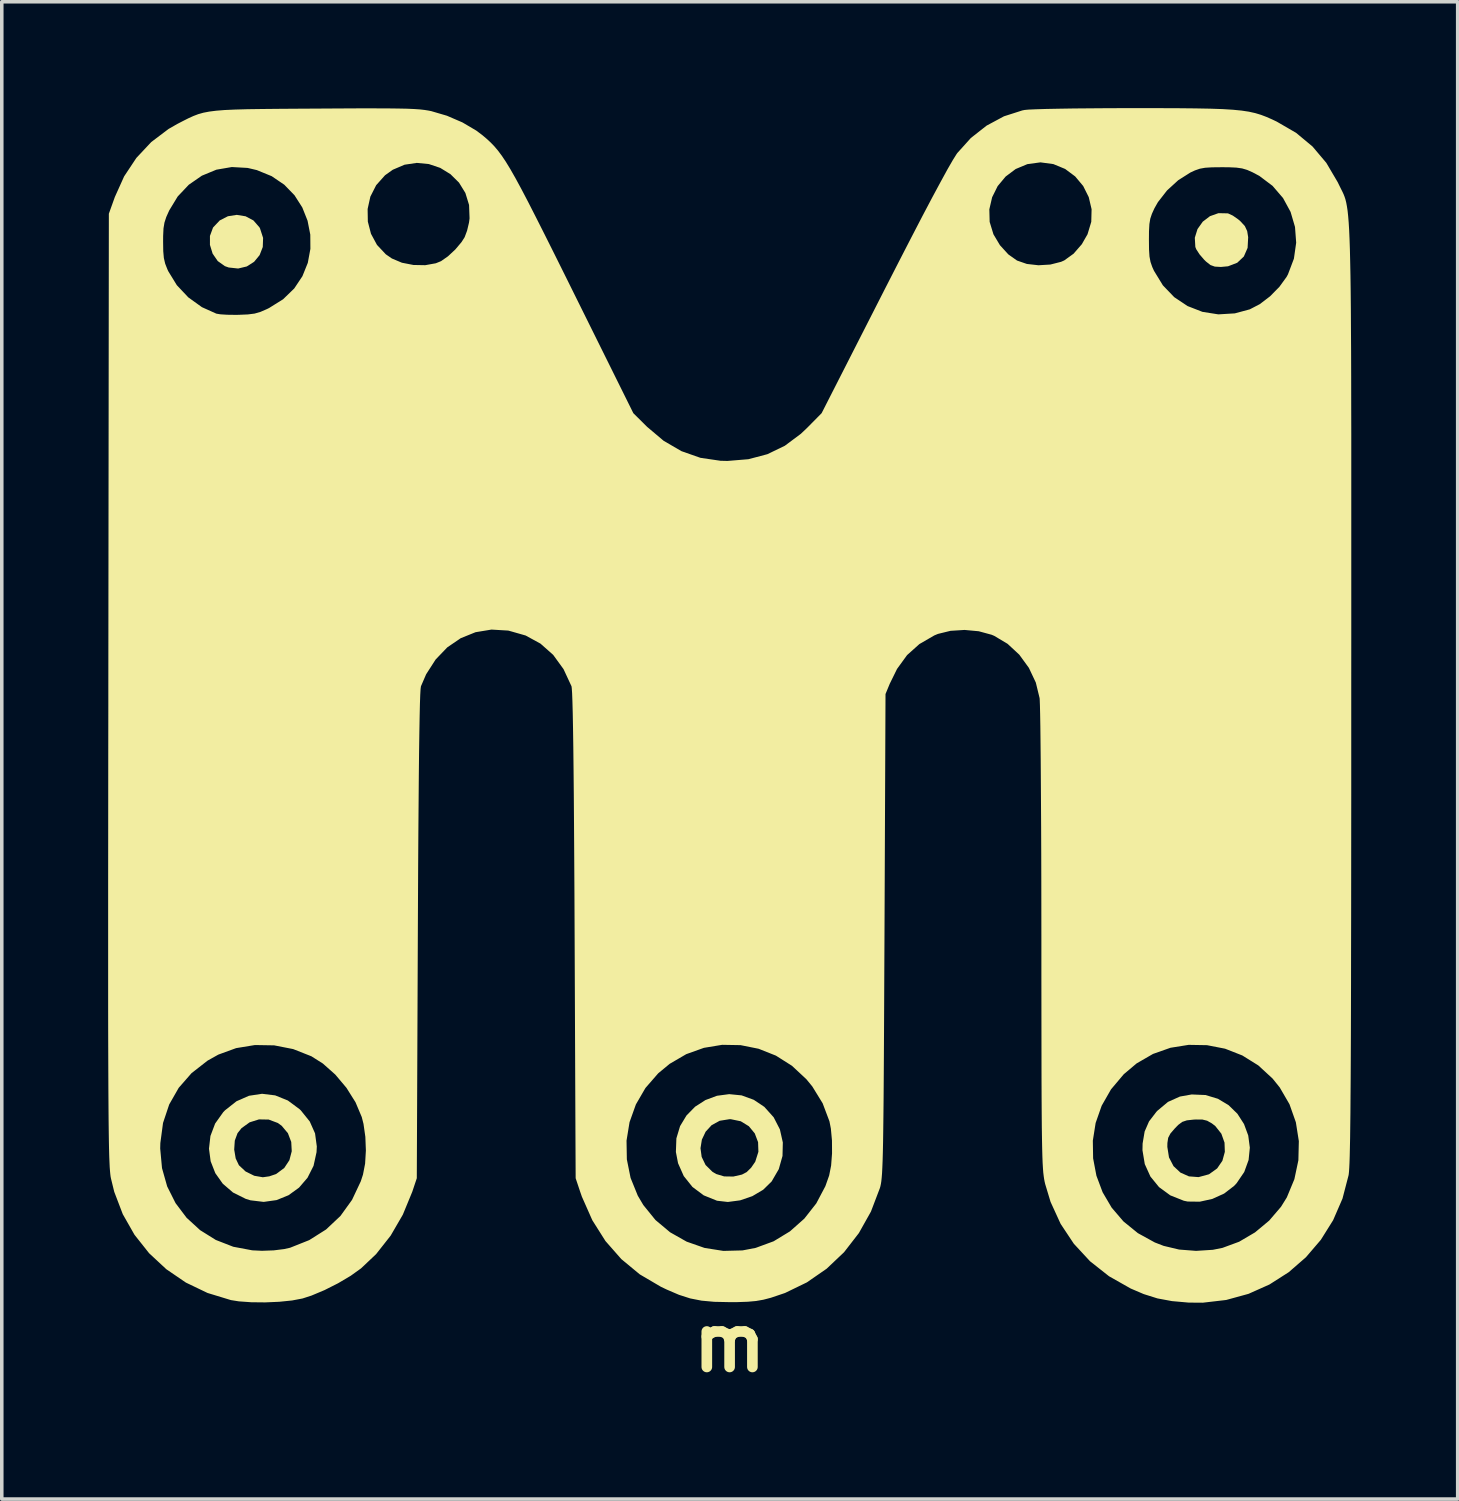
<source format=kicad_pcb>
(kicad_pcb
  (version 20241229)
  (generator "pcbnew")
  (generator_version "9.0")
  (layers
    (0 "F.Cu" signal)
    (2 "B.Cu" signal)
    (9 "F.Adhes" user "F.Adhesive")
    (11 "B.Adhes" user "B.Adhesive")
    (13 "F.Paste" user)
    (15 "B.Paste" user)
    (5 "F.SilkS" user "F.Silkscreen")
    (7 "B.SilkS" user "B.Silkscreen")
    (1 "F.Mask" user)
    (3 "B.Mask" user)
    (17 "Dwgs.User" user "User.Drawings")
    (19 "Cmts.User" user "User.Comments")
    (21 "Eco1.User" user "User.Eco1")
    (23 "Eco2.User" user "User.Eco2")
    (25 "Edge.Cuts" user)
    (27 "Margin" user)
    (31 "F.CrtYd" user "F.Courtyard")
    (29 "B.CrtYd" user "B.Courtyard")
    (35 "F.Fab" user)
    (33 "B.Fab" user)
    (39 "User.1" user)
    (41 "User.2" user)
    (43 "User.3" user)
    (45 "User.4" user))
  (footprint "m"
    (layer "F.Cu")
    (at 17.527 16.824)
    (property "Reference" "m" (at 0 18 0) (layer "F.SilkS") (effects (font (size 1.5 1.5) (thickness 0.3))))
    (attr board_only exclude_from_pos_files exclude_from_bom)
    (fp_poly (pts (xy -13.651 -13.774) (xy -13.431 -13.658) (xy -13.261 -13.464) (xy -13.243 -13.43) (xy -13.157 -13.164) (xy -13.166 -12.908) (xy -13.255 -12.679) (xy -13.41 -12.491) (xy -13.617 -12.359) (xy -13.861 -12.301) (xy -14.127 -12.33) (xy -14.235 -12.368) (xy -14.436 -12.511) (xy -14.58 -12.72) (xy -14.656 -12.967) (xy -14.656 -13.22) (xy -14.571 -13.451) (xy -14.565 -13.461) (xy -14.38 -13.657) (xy -14.15 -13.775) (xy -13.899 -13.814)) (stroke (width 0) (type solid)) (fill yes) (layer "F.SilkS"))
    (fp_poly (pts (xy 14.044 -13.857) (xy 14.068 -13.851) (xy 14.193 -13.793) (xy 14.343 -13.688) (xy 14.403 -13.637) (xy 14.531 -13.499) (xy 14.597 -13.357) (xy 14.625 -13.184) (xy 14.609 -12.883) (xy 14.503 -12.64) (xy 14.317 -12.464) (xy 14.058 -12.364) (xy 13.854 -12.345) (xy 13.684 -12.355) (xy 13.561 -12.399) (xy 13.436 -12.498) (xy 13.38 -12.553) (xy 13.253 -12.701) (xy 13.16 -12.845) (xy 13.135 -12.909) (xy 13.12 -13.169) (xy 13.196 -13.413) (xy 13.344 -13.622) (xy 13.547 -13.777) (xy 13.786 -13.862)) (stroke (width 0) (type solid)) (fill yes) (layer "F.SilkS"))
    (fp_poly (pts (xy -12.816 11.019) (xy -12.459 11.163) (xy -12.13 11.407) (xy -12.094 11.441) (xy -11.841 11.755) (xy -11.692 12.09) (xy -11.642 12.459) (xy -11.65 12.622) (xy -11.734 13.005) (xy -11.904 13.342) (xy -12.144 13.621) (xy -12.44 13.835) (xy -12.777 13.972) (xy -13.14 14.023) (xy -13.514 13.978) (xy -13.645 13.938) (xy -14.006 13.758) (xy -14.294 13.51) (xy -14.505 13.212) (xy -14.636 12.877) (xy -14.68 12.547) (xy -13.972 12.547) (xy -13.93 12.797) (xy -13.839 12.989) (xy -13.651 13.165) (xy -13.406 13.286) (xy -13.164 13.328) (xy -12.982 13.302) (xy -12.796 13.239) (xy -12.783 13.232) (xy -12.56 13.066) (xy -12.415 12.846) (xy -12.349 12.594) (xy -12.363 12.333) (xy -12.457 12.086) (xy -12.633 11.876) (xy -12.74 11.798) (xy -12.999 11.701) (xy -13.273 11.696) (xy -13.537 11.779) (xy -13.765 11.943) (xy -13.878 12.085) (xy -13.955 12.294) (xy -13.972 12.547) (xy -14.68 12.547) (xy -14.683 12.522) (xy -14.642 12.163) (xy -14.51 11.814) (xy -14.282 11.493) (xy -14.231 11.44) (xy -13.908 11.185) (xy -13.555 11.03) (xy -13.186 10.974)) (stroke (width 0) (type solid)) (fill yes) (layer "F.SilkS"))
    (fp_poly (pts (xy 0.339 11.019) (xy 0.682 11.144) (xy 0.979 11.343) (xy 1.243 11.637) (xy 1.418 11.978) (xy 1.501 12.347) (xy 1.492 12.727) (xy 1.387 13.099) (xy 1.185 13.447) (xy 1.185 13.447) (xy 0.947 13.68) (xy 0.641 13.861) (xy 0.298 13.979) (xy -0.05 14.025) (xy -0.355 13.99) (xy -0.731 13.838) (xy -1.048 13.601) (xy -1.293 13.295) (xy -1.454 12.932) (xy -1.515 12.615) (xy -1.511 12.509) (xy -0.821 12.509) (xy -0.788 12.754) (xy -0.678 12.982) (xy -0.486 13.172) (xy -0.381 13.236) (xy -0.154 13.304) (xy 0.105 13.308) (xy 0.349 13.252) (xy 0.482 13.182) (xy 0.608 13.057) (xy 0.717 12.899) (xy 0.724 12.887) (xy 0.812 12.61) (xy 0.803 12.339) (xy 0.71 12.092) (xy 0.543 11.889) (xy 0.315 11.749) (xy 0.035 11.691) (xy 0 11.69) (xy -0.28 11.735) (xy -0.507 11.859) (xy -0.676 12.043) (xy -0.782 12.266) (xy -0.821 12.509) (xy -1.511 12.509) (xy -1.501 12.231) (xy -1.397 11.886) (xy -1.216 11.586) (xy -0.973 11.338) (xy -0.682 11.151) (xy -0.357 11.03) (xy -0.012 10.984)) (stroke (width 0) (type solid)) (fill yes) (layer "F.SilkS"))
    (fp_poly (pts (xy 13.423 11.009) (xy 13.773 11.115) (xy 14.074 11.296) (xy 14.322 11.538) (xy 14.508 11.828) (xy 14.627 12.151) (xy 14.672 12.494) (xy 14.637 12.841) (xy 14.514 13.18) (xy 14.299 13.496) (xy 14.228 13.572) (xy 13.947 13.788) (xy 13.614 13.939) (xy 13.261 14.017) (xy 12.919 14.013) (xy 12.809 13.99) (xy 12.428 13.838) (xy 12.111 13.606) (xy 11.868 13.308) (xy 11.709 12.957) (xy 11.644 12.567) (xy 11.646 12.471) (xy 12.345 12.471) (xy 12.392 12.769) (xy 12.52 13.015) (xy 12.714 13.196) (xy 12.954 13.303) (xy 13.226 13.324) (xy 13.51 13.247) (xy 13.526 13.24) (xy 13.75 13.079) (xy 13.898 12.863) (xy 13.967 12.612) (xy 13.958 12.351) (xy 13.869 12.1) (xy 13.698 11.884) (xy 13.601 11.809) (xy 13.467 11.733) (xy 13.332 11.7) (xy 13.147 11.699) (xy 13.088 11.702) (xy 12.896 11.723) (xy 12.767 11.766) (xy 12.652 11.852) (xy 12.556 11.951) (xy 12.432 12.095) (xy 12.369 12.215) (xy 12.347 12.361) (xy 12.345 12.471) (xy 11.646 12.471) (xy 11.648 12.376) (xy 11.705 12.038) (xy 11.829 11.753) (xy 12.037 11.482) (xy 12.064 11.453) (xy 12.363 11.203) (xy 12.7 11.052) (xy 13.032 10.993)) (stroke (width 0) (type solid)) (fill yes) (layer "F.SilkS"))
    (fp_poly (pts (xy 12.056 -16.824) (xy 12.641 -16.822) (xy 13.137 -16.817) (xy 13.555 -16.809) (xy 13.904 -16.797) (xy 14.196 -16.779) (xy 14.44 -16.755) (xy 14.646 -16.724) (xy 14.825 -16.684) (xy 14.987 -16.635) (xy 15.142 -16.576) (xy 15.301 -16.506) (xy 15.431 -16.444) (xy 15.976 -16.128) (xy 16.439 -15.743) (xy 16.829 -15.281) (xy 17.15 -14.736) (xy 17.184 -14.666) (xy 17.221 -14.591) (xy 17.255 -14.523) (xy 17.287 -14.459) (xy 17.316 -14.396) (xy 17.343 -14.328) (xy 17.368 -14.251) (xy 17.39 -14.162) (xy 17.41 -14.056) (xy 17.429 -13.929) (xy 17.445 -13.778) (xy 17.46 -13.596) (xy 17.473 -13.382) (xy 17.484 -13.129) (xy 17.494 -12.835) (xy 17.502 -12.495) (xy 17.51 -12.105) (xy 17.516 -11.661) (xy 17.521 -11.158) (xy 17.524 -10.592) (xy 17.528 -9.96) (xy 17.53 -9.257) (xy 17.531 -8.479) (xy 17.533 -7.621) (xy 17.533 -6.68) (xy 17.533 -5.651) (xy 17.533 -4.531) (xy 17.533 -3.315) (xy 17.533 -1.998) (xy 17.532 -0.578) (xy 17.532 -0.289) (xy 17.532 1.166) (xy 17.532 2.516) (xy 17.531 3.764) (xy 17.53 4.915) (xy 17.529 5.972) (xy 17.527 6.938) (xy 17.526 7.819) (xy 17.524 8.617) (xy 17.522 9.337) (xy 17.519 9.981) (xy 17.516 10.555) (xy 17.512 11.063) (xy 17.509 11.506) (xy 17.504 11.891) (xy 17.5 12.22) (xy 17.494 12.497) (xy 17.489 12.727) (xy 17.483 12.913) (xy 17.476 13.058) (xy 17.469 13.167) (xy 17.461 13.244) (xy 17.456 13.274) (xy 17.285 13.93) (xy 17.021 14.539) (xy 16.675 15.092) (xy 16.254 15.584) (xy 15.768 16.006) (xy 15.226 16.352) (xy 14.635 16.616) (xy 14.005 16.789) (xy 13.345 16.866) (xy 12.948 16.863) (xy 12.476 16.821) (xy 12.067 16.745) (xy 11.679 16.623) (xy 11.312 16.466) (xy 10.701 16.12) (xy 10.165 15.697) (xy 9.708 15.203) (xy 9.336 14.643) (xy 9.052 14.023) (xy 8.9 13.519) (xy 8.884 13.45) (xy 8.87 13.376) (xy 8.858 13.292) (xy 8.846 13.193) (xy 8.837 13.07) (xy 8.828 12.919) (xy 8.821 12.733) (xy 8.815 12.506) (xy 8.811 12.296) (xy 10.244 12.296) (xy 10.252 12.795) (xy 10.345 13.284) (xy 10.52 13.751) (xy 10.775 14.185) (xy 11.107 14.573) (xy 11.514 14.904) (xy 11.992 15.167) (xy 12.241 15.263) (xy 12.677 15.367) (xy 13.155 15.404) (xy 13.629 15.374) (xy 13.899 15.32) (xy 14.371 15.146) (xy 14.818 14.883) (xy 15.219 14.549) (xy 15.551 14.161) (xy 15.715 13.897) (xy 15.928 13.383) (xy 16.041 12.849) (xy 16.054 12.309) (xy 15.97 11.777) (xy 15.79 11.268) (xy 15.515 10.795) (xy 15.313 10.544) (xy 14.911 10.174) (xy 14.46 9.893) (xy 13.973 9.702) (xy 13.464 9.603) (xy 12.947 9.594) (xy 12.434 9.676) (xy 11.941 9.85) (xy 11.479 10.117) (xy 11.116 10.423) (xy 10.757 10.849) (xy 10.493 11.311) (xy 10.323 11.797) (xy 10.244 12.296) (xy 8.811 12.296) (xy 8.81 12.232) (xy 8.805 11.904) (xy 8.802 11.516) (xy 8.799 11.063) (xy 8.797 10.537) (xy 8.796 9.933) (xy 8.795 9.244) (xy 8.794 8.465) (xy 8.793 7.588) (xy 8.793 6.637) (xy 8.792 5.799) (xy 8.791 4.987) (xy 8.789 4.207) (xy 8.786 3.467) (xy 8.782 2.774) (xy 8.778 2.136) (xy 8.774 1.56) (xy 8.769 1.053) (xy 8.764 0.622) (xy 8.758 0.274) (xy 8.752 0.017) (xy 8.746 -0.141) (xy 8.743 -0.184) (xy 8.636 -0.624) (xy 8.44 -1.039) (xy 8.17 -1.41) (xy 7.84 -1.716) (xy 7.465 -1.94) (xy 7.39 -1.972) (xy 7.026 -2.071) (xy 6.627 -2.108) (xy 6.231 -2.083) (xy 5.876 -1.996) (xy 5.775 -1.954) (xy 5.352 -1.709) (xy 5.005 -1.398) (xy 4.722 -1.008) (xy 4.516 -0.589) (xy 4.397 -0.3) (xy 4.368 6.5) (xy 4.363 7.507) (xy 4.359 8.41) (xy 4.355 9.216) (xy 4.351 9.931) (xy 4.347 10.56) (xy 4.343 11.109) (xy 4.338 11.584) (xy 4.333 11.992) (xy 4.328 12.337) (xy 4.322 12.626) (xy 4.315 12.866) (xy 4.307 13.061) (xy 4.299 13.217) (xy 4.289 13.341) (xy 4.279 13.439) (xy 4.267 13.516) (xy 4.254 13.578) (xy 4.24 13.629) (xy 3.986 14.296) (xy 3.646 14.902) (xy 3.228 15.442) (xy 2.736 15.908) (xy 2.179 16.293) (xy 1.563 16.592) (xy 1.163 16.727) (xy 0.951 16.782) (xy 0.745 16.818) (xy 0.513 16.839) (xy 0.224 16.849) (xy 0 16.85) (xy -0.433 16.841) (xy -0.792 16.808) (xy -1.112 16.745) (xy -1.429 16.643) (xy -1.776 16.494) (xy -1.939 16.416) (xy -2.533 16.067) (xy -3.054 15.636) (xy -3.501 15.127) (xy -3.872 14.54) (xy -4.166 13.876) (xy -4.214 13.738) (xy -4.342 13.355) (xy -4.347 12.295) (xy -2.907 12.295) (xy -2.898 12.824) (xy -2.793 13.346) (xy -2.59 13.847) (xy -2.434 14.111) (xy -2.091 14.534) (xy -1.678 14.88) (xy -1.212 15.144) (xy -0.707 15.321) (xy -0.176 15.405) (xy 0.364 15.391) (xy 0.735 15.32) (xy 1.241 15.134) (xy 1.702 14.854) (xy 2.107 14.495) (xy 2.444 14.066) (xy 2.701 13.58) (xy 2.808 13.277) (xy 2.863 12.997) (xy 2.889 12.655) (xy 2.887 12.293) (xy 2.856 11.956) (xy 2.816 11.751) (xy 2.624 11.242) (xy 2.332 10.767) (xy 2.164 10.562) (xy 1.759 10.185) (xy 1.306 9.898) (xy 0.818 9.704) (xy 0.309 9.602) (xy -0.21 9.593) (xy -0.724 9.678) (xy -1.222 9.856) (xy -1.69 10.129) (xy -2.014 10.397) (xy -2.374 10.811) (xy -2.643 11.274) (xy -2.822 11.774) (xy -2.907 12.295) (xy -4.347 12.295) (xy -4.371 6.5) (xy -4.376 5.353) (xy -4.382 4.312) (xy -4.388 3.378) (xy -4.394 2.549) (xy -4.401 1.822) (xy -4.408 1.196) (xy -4.416 0.67) (xy -4.424 0.242) (xy -4.433 -0.09) (xy -4.442 -0.327) (xy -4.452 -0.471) (xy -4.459 -0.519) (xy -4.684 -1.003) (xy -4.976 -1.405) (xy -5.334 -1.722) (xy -5.753 -1.951) (xy -6.23 -2.087) (xy -6.246 -2.09) (xy -6.715 -2.118) (xy -7.165 -2.044) (xy -7.584 -1.875) (xy -7.963 -1.616) (xy -8.291 -1.274) (xy -8.559 -0.857) (xy -8.705 -0.519) (xy -8.715 -0.445) (xy -8.725 -0.279) (xy -8.734 -0.02) (xy -8.742 0.335) (xy -8.75 0.787) (xy -8.758 1.336) (xy -8.765 1.986) (xy -8.771 2.737) (xy -8.778 3.591) (xy -8.784 4.551) (xy -8.789 5.616) (xy -8.793 6.5) (xy -8.822 13.355) (xy -8.95 13.738) (xy -9.216 14.383) (xy -9.559 14.974) (xy -9.97 15.496) (xy -10.394 15.897) (xy -10.685 16.106) (xy -11.041 16.317) (xy -11.423 16.51) (xy -11.792 16.665) (xy -12.045 16.747) (xy -12.339 16.803) (xy -12.702 16.84) (xy -13.099 16.857) (xy -13.491 16.853) (xy -13.842 16.828) (xy -14.066 16.792) (xy -14.725 16.591) (xy -15.335 16.298) (xy -15.886 15.922) (xy -16.372 15.47) (xy -16.784 14.95) (xy -17.114 14.37) (xy -17.355 13.739) (xy -17.449 13.355) (xy -17.459 13.301) (xy -17.467 13.234) (xy -17.475 13.148) (xy -17.483 13.041) (xy -17.489 12.908) (xy -17.496 12.745) (xy -17.501 12.548) (xy -17.502 12.517) (xy -16.059 12.517) (xy -16.008 13.07) (xy -15.862 13.587) (xy -15.627 14.056) (xy -15.315 14.47) (xy -14.933 14.82) (xy -14.491 15.096) (xy -13.998 15.288) (xy -13.462 15.389) (xy -13.188 15.402) (xy -12.857 15.39) (xy -12.56 15.353) (xy -12.396 15.316) (xy -11.856 15.101) (xy -11.381 14.801) (xy -10.976 14.42) (xy -10.648 13.965) (xy -10.402 13.443) (xy -10.34 13.253) (xy -10.28 12.944) (xy -10.258 12.575) (xy -10.273 12.188) (xy -10.325 11.824) (xy -10.374 11.631) (xy -10.55 11.214) (xy -10.806 10.806) (xy -11.12 10.433) (xy -11.471 10.121) (xy -11.795 9.916) (xy -12.309 9.713) (xy -12.845 9.608) (xy -13.386 9.599) (xy -13.917 9.686) (xy -14.419 9.869) (xy -14.723 10.039) (xy -15.175 10.392) (xy -15.537 10.806) (xy -15.805 11.275) (xy -15.979 11.796) (xy -16.055 12.364) (xy -16.059 12.517) (xy -17.502 12.517) (xy -17.506 12.313) (xy -17.51 12.036) (xy -17.514 11.712) (xy -17.517 11.338) (xy -17.52 10.909) (xy -17.522 10.421) (xy -17.524 9.871) (xy -17.526 9.253) (xy -17.527 8.565) (xy -17.527 7.802) (xy -17.527 6.959) (xy -17.527 6.033) (xy -17.527 5.02) (xy -17.526 3.915) (xy -17.525 2.715) (xy -17.524 1.415) (xy -17.522 0.011) (xy -17.522 -0.464) (xy -17.508 -13.055) (xy -15.977 -13.055) (xy -15.973 -12.79) (xy -15.956 -12.598) (xy -15.919 -12.439) (xy -15.856 -12.278) (xy -15.831 -12.224) (xy -15.59 -11.831) (xy -15.266 -11.487) (xy -14.882 -11.211) (xy -14.475 -11.028) (xy -14.36 -11.009) (xy -14.169 -10.997) (xy -13.938 -10.994) (xy -13.846 -10.995) (xy -13.588 -11.006) (xy -13.397 -11.03) (xy -13.231 -11.078) (xy -13.047 -11.158) (xy -12.99 -11.186) (xy -12.593 -11.434) (xy -12.279 -11.738) (xy -12.048 -12.084) (xy -11.896 -12.461) (xy -11.823 -12.856) (xy -11.826 -13.257) (xy -11.903 -13.65) (xy -12.034 -13.979) (xy -10.209 -13.979) (xy -10.203 -13.624) (xy -10.114 -13.28) (xy -9.945 -12.967) (xy -9.696 -12.702) (xy -9.525 -12.584) (xy -9.241 -12.464) (xy -8.916 -12.401) (xy -8.585 -12.395) (xy -8.285 -12.449) (xy -8.138 -12.509) (xy -7.942 -12.646) (xy -7.736 -12.838) (xy -7.56 -13.047) (xy -7.473 -13.184) (xy -7.404 -13.368) (xy -7.35 -13.595) (xy -7.334 -13.715) (xy -7.348 -14.093) (xy -7.452 -14.432) (xy -7.632 -14.724) (xy -7.873 -14.962) (xy -8.161 -15.139) (xy -8.482 -15.247) (xy -8.822 -15.28) (xy -9.166 -15.229) (xy -9.499 -15.087) (xy -9.718 -14.931) (xy -9.968 -14.651) (xy -10.132 -14.328) (xy -10.209 -13.979) (xy -12.034 -13.979) (xy -12.052 -14.024) (xy -12.271 -14.367) (xy -12.559 -14.664) (xy -12.914 -14.905) (xy -13.334 -15.077) (xy -13.594 -15.138) (xy -14.04 -15.163) (xy -14.475 -15.088) (xy -14.884 -14.919) (xy -15.252 -14.664) (xy -15.565 -14.333) (xy -15.804 -13.94) (xy -15.888 -13.753) (xy -15.939 -13.596) (xy -15.966 -13.432) (xy -15.976 -13.221) (xy -15.977 -13.055) (xy -17.508 -13.055) (xy -17.507 -13.847) (xy -17.338 -14.318) (xy -17.076 -14.9) (xy -16.731 -15.42) (xy -16.31 -15.869) (xy -15.823 -16.237) (xy -15.575 -16.379) (xy -15.407 -16.466) (xy -15.26 -16.54) (xy -15.123 -16.602) (xy -14.987 -16.654) (xy -14.842 -16.695) (xy -14.675 -16.727) (xy -14.478 -16.752) (xy -14.24 -16.771) (xy -13.951 -16.784) (xy -13.599 -16.794) (xy -13.175 -16.8) (xy -12.669 -16.805) (xy -12.069 -16.809) (xy -11.693 -16.811) (xy -11.045 -16.815) (xy -10.496 -16.818) (xy -10.037 -16.818) (xy -9.657 -16.817) (xy -9.347 -16.813) (xy -9.096 -16.808) (xy -8.895 -16.799) (xy -8.733 -16.788) (xy -8.602 -16.773) (xy -8.49 -16.755) (xy -8.415 -16.74) (xy -7.972 -16.61) (xy -7.534 -16.421) (xy -7.144 -16.191) (xy -6.969 -16.059) (xy -6.851 -15.959) (xy -6.742 -15.858) (xy -6.638 -15.751) (xy -6.534 -15.628) (xy -6.427 -15.485) (xy -6.311 -15.312) (xy -6.183 -15.102) (xy -6.039 -14.849) (xy -5.874 -14.545) (xy -5.684 -14.182) (xy -5.465 -13.753) (xy -5.212 -13.252) (xy -4.921 -12.67) (xy -4.588 -12) (xy -4.434 -11.689) (xy -2.715 -8.221) (xy -2.327 -7.836) (xy -1.86 -7.442) (xy -1.358 -7.15) (xy -0.823 -6.962) (xy -0.257 -6.879) (xy -0.061 -6.874) (xy 0.531 -6.923) (xy 1.067 -7.065) (xy 1.557 -7.302) (xy 2.009 -7.639) (xy 2.185 -7.806) (xy 2.595 -8.221) (xy 4.37 -11.706) (xy 4.766 -12.48) (xy 5.124 -13.175) (xy 5.442 -13.788) (xy 5.538 -13.97) (xy 7.325 -13.97) (xy 7.334 -13.616) (xy 7.441 -13.266) (xy 7.624 -12.959) (xy 7.861 -12.699) (xy 8.106 -12.526) (xy 8.383 -12.43) (xy 8.71 -12.393) (xy 9.046 -12.413) (xy 9.349 -12.49) (xy 9.439 -12.53) (xy 9.701 -12.719) (xy 9.934 -12.987) (xy 10.004 -13.11) (xy 11.826 -13.11) (xy 11.829 -12.836) (xy 11.842 -12.639) (xy 11.871 -12.486) (xy 11.92 -12.344) (xy 11.969 -12.236) (xy 12.22 -11.826) (xy 12.54 -11.493) (xy 12.916 -11.242) (xy 13.335 -11.079) (xy 13.784 -11.008) (xy 14.249 -11.036) (xy 14.671 -11.15) (xy 14.954 -11.297) (xy 15.243 -11.518) (xy 15.505 -11.784) (xy 15.708 -12.064) (xy 15.748 -12.138) (xy 15.915 -12.579) (xy 15.979 -13.029) (xy 15.946 -13.473) (xy 15.821 -13.898) (xy 15.608 -14.289) (xy 15.313 -14.632) (xy 14.94 -14.913) (xy 14.748 -15.015) (xy 14.596 -15.082) (xy 14.454 -15.124) (xy 14.291 -15.147) (xy 14.074 -15.157) (xy 13.874 -15.158) (xy 13.604 -15.155) (xy 13.411 -15.143) (xy 13.262 -15.116) (xy 13.124 -15.068) (xy 12.993 -15.007) (xy 12.652 -14.791) (xy 12.336 -14.502) (xy 12.079 -14.172) (xy 11.981 -13.999) (xy 11.91 -13.843) (xy 11.864 -13.706) (xy 11.839 -13.554) (xy 11.828 -13.354) (xy 11.826 -13.11) (xy 10.004 -13.11) (xy 10.094 -13.266) (xy 10.2 -13.618) (xy 10.209 -13.973) (xy 10.129 -14.314) (xy 9.972 -14.628) (xy 9.746 -14.898) (xy 9.463 -15.109) (xy 9.131 -15.246) (xy 8.767 -15.295) (xy 8.398 -15.245) (xy 8.068 -15.107) (xy 7.785 -14.895) (xy 7.56 -14.625) (xy 7.404 -14.311) (xy 7.325 -13.97) (xy 5.538 -13.97) (xy 5.72 -14.315) (xy 5.957 -14.755) (xy 6.149 -15.106) (xy 6.298 -15.364) (xy 6.4 -15.527) (xy 6.421 -15.557) (xy 6.804 -15.982) (xy 7.248 -16.331) (xy 7.738 -16.594) (xy 8.256 -16.76) (xy 8.322 -16.773) (xy 8.429 -16.783) (xy 8.633 -16.792) (xy 8.924 -16.801) (xy 9.288 -16.808) (xy 9.716 -16.815) (xy 10.195 -16.819) (xy 10.713 -16.823) (xy 11.26 -16.824) (xy 11.371 -16.824)) (stroke (width 0) (type solid)) (fill yes) (layer "F.SilkS")))
  (gr_rect
    (start -3 -3)
    (end 38.061 39.228)
    (stroke (width 0.1) (type default))
    (fill no)
    (layer "Edge.Cuts")))
</source>
